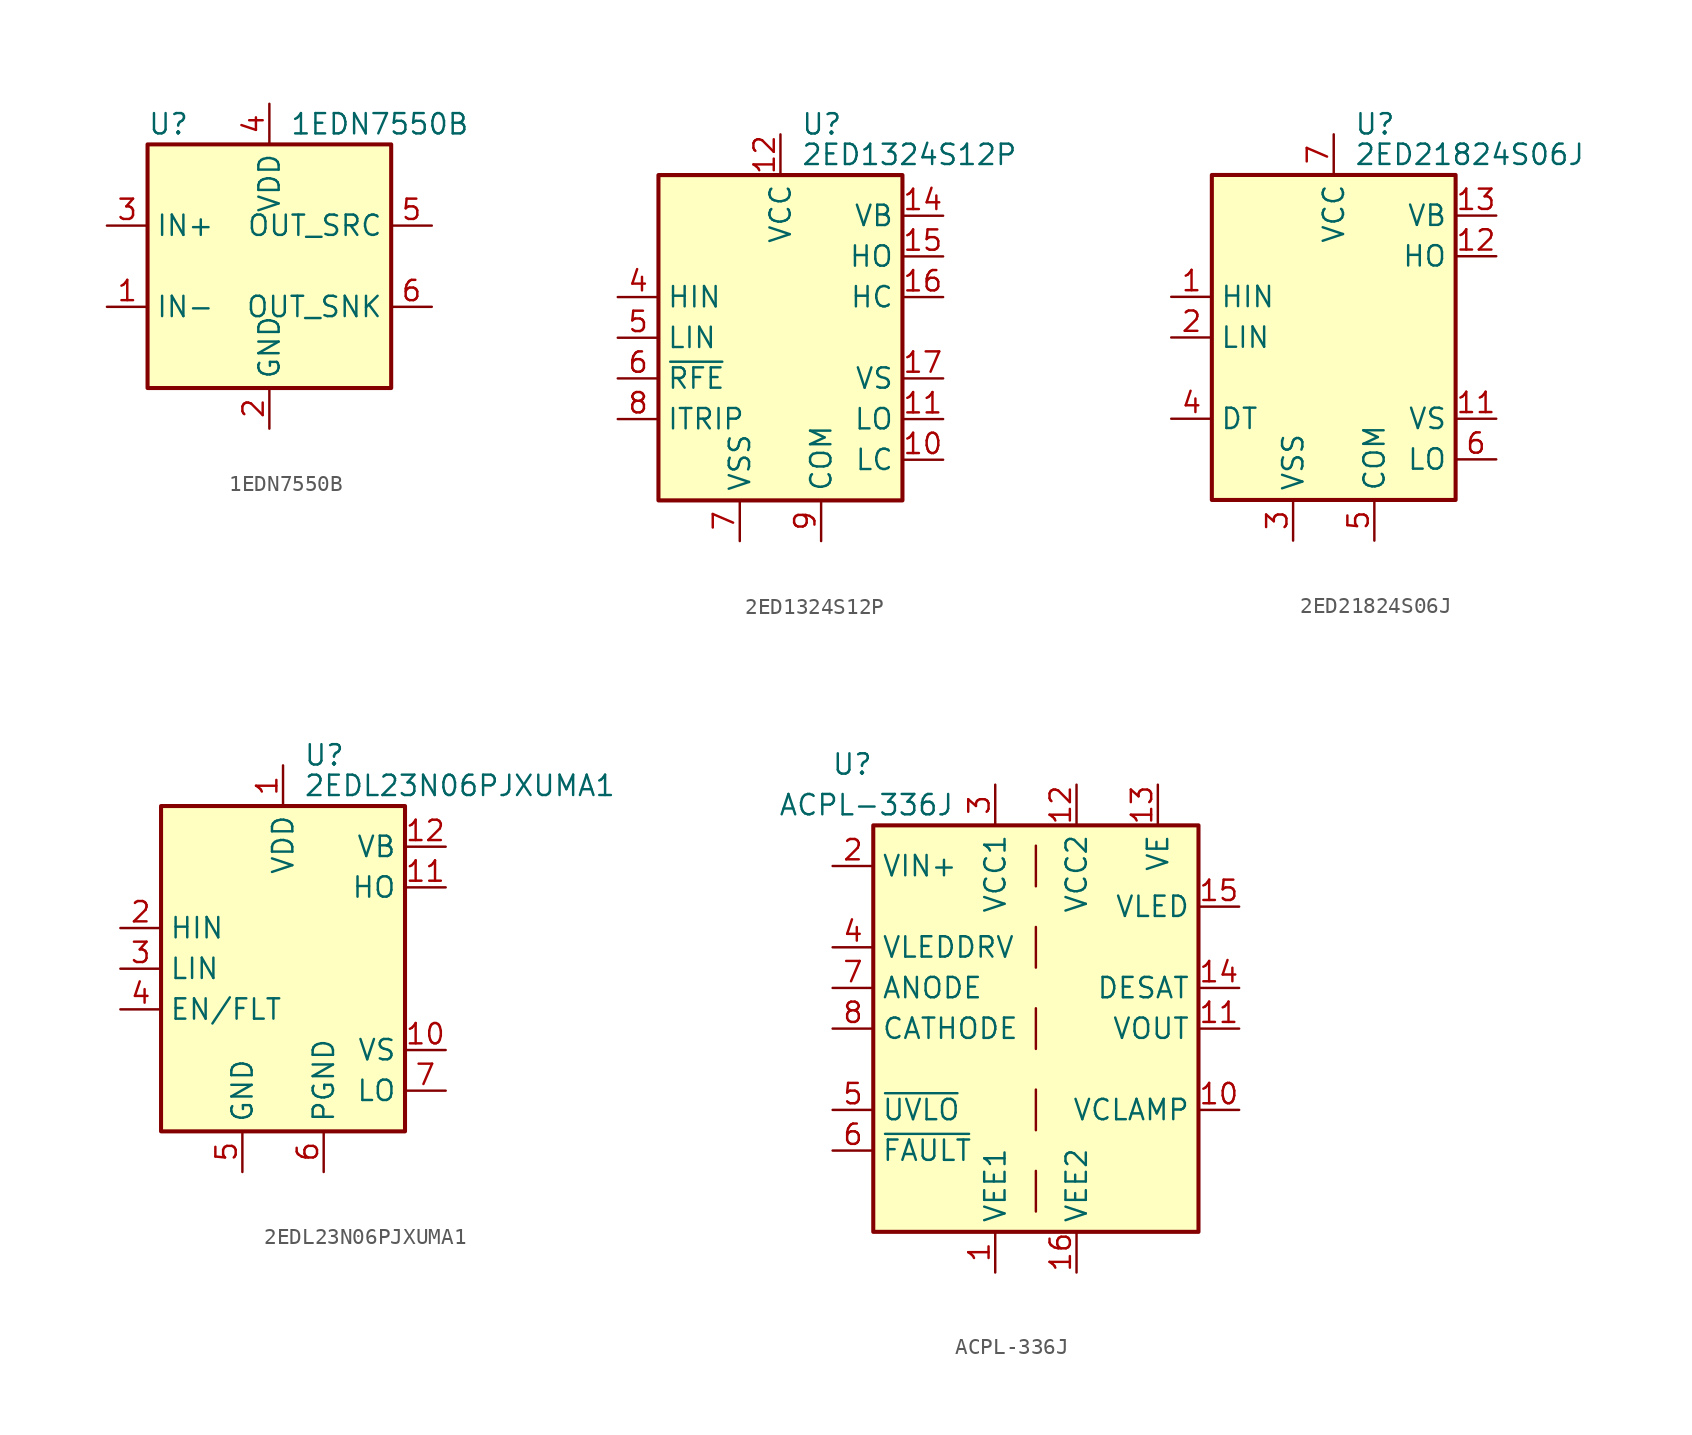
<source format=kicad_sym>
(kicad_symbol_lib
  (version 20241209)
  (generator "kicad_symbol_editor")
  (generator_version "9.0")
  (symbol "1EDN7550B"
    (property "Reference" "U"
      (at -7.62 8.89 0)
      (effects (font (size 1.27 1.27)) (justify left)))
    (property "Value" "1EDN7550B"
      (at 1.27 8.89 0)
      (effects (font (size 1.27 1.27)) (justify left)))
    (symbol "1EDN7550B_0_1"
      (rectangle (start -7.62 -7.62) (end 7.62 7.62) (stroke (width 0.254) (type default)) (fill (type background))))
    (symbol "1EDN7550B_1_1"
      (pin input line (at -10.16 2.54 0) (length 2.54) (name "IN+" (effects (font (size 1.27 1.27)))) (number "3" (effects (font (size 1.27 1.27)))))
      (pin input line (at -10.16 -2.54 0) (length 2.54) (name "IN-" (effects (font (size 1.27 1.27)))) (number "1" (effects (font (size 1.27 1.27)))))
      (pin power_in line (at 0 10.16 270) (length 2.54) (name "VDD" (effects (font (size 1.27 1.27)))) (number "4" (effects (font (size 1.27 1.27)))))
      (pin power_in line (at 0 -10.16 90) (length 2.54) (name "GND" (effects (font (size 1.27 1.27)))) (number "2" (effects (font (size 1.27 1.27)))))
      (pin output line (at 10.16 2.54 180) (length 2.54) (name "OUT_SRC" (effects (font (size 1.27 1.27)))) (number "5" (effects (font (size 1.27 1.27)))))
      (pin output line (at 10.16 -2.54 180) (length 2.54) (name "OUT_SNK" (effects (font (size 1.27 1.27)))) (number "6" (effects (font (size 1.27 1.27)))))))
  (symbol "2ED1324S12P"
    (property "Reference" "U"
      (at 1.27 13.335 0)
      (effects (font (size 1.27 1.27)) (justify left)))
    (property "Value" "2ED1324S12P"
      (at 1.27 11.43 0)
      (effects (font (size 1.27 1.27)) (justify left)))
    (symbol "2ED1324S12P_0_1"
      (rectangle (start -7.62 -10.16) (end 7.62 10.16) (stroke (width 0.254) (type default)) (fill (type background))))
    (symbol "2ED1324S12P_1_1"
      (pin input line (at -10.16 2.54 0) (length 2.54) (name "HIN" (effects (font (size 1.27 1.27)))) (number "4" (effects (font (size 1.27 1.27)))))
      (pin input line (at -10.16 0 0) (length 2.54) (name "LIN" (effects (font (size 1.27 1.27)))) (number "5" (effects (font (size 1.27 1.27)))))
      (pin open_collector line (at -10.16 -2.54 0) (length 2.54) (name "~{RFE}" (effects (font (size 1.27 1.27)))) (number "6" (effects (font (size 1.27 1.27)))))
      (pin passive line (at -10.16 -5.08 0) (length 2.54) (name "ITRIP" (effects (font (size 1.27 1.27)))) (number "8" (effects (font (size 1.27 1.27)))))
      (pin no_connect line (at -7.62 7.62 0) (length 2.54) (hide yes) (name "NC" (effects (font (size 1.27 1.27)))) (number "1" (effects (font (size 1.27 1.27)))))
      (pin no_connect line (at -7.62 5.08 0) (length 2.54) (hide yes) (name "NC" (effects (font (size 1.27 1.27)))) (number "2" (effects (font (size 1.27 1.27)))))
      (pin no_connect line (at -7.62 -7.62 0) (length 2.54) (hide yes) (name "NC" (effects (font (size 1.27 1.27)))) (number "3" (effects (font (size 1.27 1.27)))))
      (pin no_connect line (at -2.54 10.16 270) (length 2.54) (hide yes) (name "NC" (effects (font (size 1.27 1.27)))) (number "20" (effects (font (size 1.27 1.27)))))
      (pin power_in line (at -2.54 -12.7 90) (length 2.54) (name "VSS" (effects (font (size 1.27 1.27)))) (number "7" (effects (font (size 1.27 1.27)))))
      (pin power_in line (at 0 12.7 270) (length 2.54) (name "VCC" (effects (font (size 1.27 1.27)))) (number "12" (effects (font (size 1.27 1.27)))))
      (pin no_connect line (at 2.54 10.16 270) (length 2.54) (hide yes) (name "NC" (effects (font (size 1.27 1.27)))) (number "19" (effects (font (size 1.27 1.27)))))
      (pin power_in line (at 2.54 -12.7 90) (length 2.54) (name "COM" (effects (font (size 1.27 1.27)))) (number "9" (effects (font (size 1.27 1.27)))))
      (pin no_connect line (at 5.08 10.16 270) (length 2.54) (hide yes) (name "NC" (effects (font (size 1.27 1.27)))) (number "18" (effects (font (size 1.27 1.27)))))
      (pin no_connect line (at 7.62 0 180) (length 2.54) (hide yes) (name "NC" (effects (font (size 1.27 1.27)))) (number "13" (effects (font (size 1.27 1.27)))))
      (pin passive line (at 10.16 7.62 180) (length 2.54) (name "VB" (effects (font (size 1.27 1.27)))) (number "14" (effects (font (size 1.27 1.27)))))
      (pin output line (at 10.16 5.08 180) (length 2.54) (name "HO" (effects (font (size 1.27 1.27)))) (number "15" (effects (font (size 1.27 1.27)))))
      (pin passive line (at 10.16 2.54 180) (length 2.54) (name "HC" (effects (font (size 1.27 1.27)))) (number "16" (effects (font (size 1.27 1.27)))))
      (pin passive line (at 10.16 -2.54 180) (length 2.54) (name "VS" (effects (font (size 1.27 1.27)))) (number "17" (effects (font (size 1.27 1.27)))))
      (pin output line (at 10.16 -5.08 180) (length 2.54) (name "LO" (effects (font (size 1.27 1.27)))) (number "11" (effects (font (size 1.27 1.27)))))
      (pin passive line (at 10.16 -7.62 180) (length 2.54) (name "LC" (effects (font (size 1.27 1.27)))) (number "10" (effects (font (size 1.27 1.27)))))))
  (symbol "2ED21824S06J"
    (property "Reference" "U"
      (at 1.27 13.335 0)
      (effects (font (size 1.27 1.27)) (justify left)))
    (property "Value" "2ED21824S06J"
      (at 1.27 11.43 0)
      (effects (font (size 1.27 1.27)) (justify left)))
    (symbol "2ED21824S06J_0_1"
      (rectangle (start -7.62 -10.16) (end 7.62 10.16) (stroke (width 0.254) (type default)) (fill (type background))))
    (symbol "2ED21824S06J_1_1"
      (pin input line (at -10.16 2.54 0) (length 2.54) (name "HIN" (effects (font (size 1.27 1.27)))) (number "1" (effects (font (size 1.27 1.27)))))
      (pin input line (at -10.16 0 0) (length 2.54) (name "LIN" (effects (font (size 1.27 1.27)))) (number "2" (effects (font (size 1.27 1.27)))))
      (pin passive line (at -10.16 -5.08 0) (length 2.54) (name "DT" (effects (font (size 1.27 1.27)))) (number "4" (effects (font (size 1.27 1.27)))))
      (pin no_connect line (at -7.62 5.08 0) (length 2.54) (hide yes) (name "NC" (effects (font (size 1.27 1.27)))) (number "8" (effects (font (size 1.27 1.27)))))
      (pin no_connect line (at -7.62 -2.54 0) (length 2.54) (hide yes) (name "NC" (effects (font (size 1.27 1.27)))) (number "9" (effects (font (size 1.27 1.27)))))
      (pin power_in line (at -2.54 -12.7 90) (length 2.54) (name "VSS" (effects (font (size 1.27 1.27)))) (number "3" (effects (font (size 1.27 1.27)))))
      (pin power_in line (at 0 12.7 270) (length 2.54) (name "VCC" (effects (font (size 1.27 1.27)))) (number "7" (effects (font (size 1.27 1.27)))))
      (pin power_in line (at 2.54 -12.7 90) (length 2.54) (name "COM" (effects (font (size 1.27 1.27)))) (number "5" (effects (font (size 1.27 1.27)))))
      (pin no_connect line (at 7.62 2.54 180) (length 2.54) (hide yes) (name "NC" (effects (font (size 1.27 1.27)))) (number "14" (effects (font (size 1.27 1.27)))))
      (pin no_connect line (at 7.62 -2.54 180) (length 2.54) (hide yes) (name "NC" (effects (font (size 1.27 1.27)))) (number "10" (effects (font (size 1.27 1.27)))))
      (pin passive line (at 10.16 7.62 180) (length 2.54) (name "VB" (effects (font (size 1.27 1.27)))) (number "13" (effects (font (size 1.27 1.27)))))
      (pin output line (at 10.16 5.08 180) (length 2.54) (name "HO" (effects (font (size 1.27 1.27)))) (number "12" (effects (font (size 1.27 1.27)))))
      (pin passive line (at 10.16 -5.08 180) (length 2.54) (name "VS" (effects (font (size 1.27 1.27)))) (number "11" (effects (font (size 1.27 1.27)))))
      (pin output line (at 10.16 -7.62 180) (length 2.54) (name "LO" (effects (font (size 1.27 1.27)))) (number "6" (effects (font (size 1.27 1.27)))))))
  (symbol "2EDL23N06PJXUMA1"
    (property "Reference" "U"
      (at 1.27 13.335 0)
      (effects (font (size 1.27 1.27)) (justify left)))
    (property "Value" "2EDL23N06PJXUMA1"
      (at 1.27 11.43 0)
      (effects (font (size 1.27 1.27)) (justify left)))
    (symbol "2EDL23N06PJXUMA1_0_1"
      (rectangle (start -7.62 -10.16) (end 7.62 10.16) (stroke (width 0.254) (type default)) (fill (type background))))
    (symbol "2EDL23N06PJXUMA1_1_1"
      (pin input line (at -10.16 2.54 0) (length 2.54) (name "HIN" (effects (font (size 1.27 1.27)))) (number "2" (effects (font (size 1.27 1.27)))))
      (pin input line (at -10.16 0 0) (length 2.54) (name "LIN" (effects (font (size 1.27 1.27)))) (number "3" (effects (font (size 1.27 1.27)))))
      (pin open_collector line (at -10.16 -2.54 0) (length 2.54) (name "EN/FLT" (effects (font (size 1.27 1.27)))) (number "4" (effects (font (size 1.27 1.27)))))
      (pin no_connect line (at -7.62 5.08 0) (length 2.54) (hide yes) (name "NC" (effects (font (size 1.27 1.27)))) (number "8" (effects (font (size 1.27 1.27)))))
      (pin no_connect line (at -7.62 -5.08 0) (length 2.54) (hide yes) (name "NC" (effects (font (size 1.27 1.27)))) (number "9" (effects (font (size 1.27 1.27)))))
      (pin power_in line (at -2.54 -12.7 90) (length 2.54) (name "GND" (effects (font (size 1.27 1.27)))) (number "5" (effects (font (size 1.27 1.27)))))
      (pin power_in line (at 0 12.7 270) (length 2.54) (name "VDD" (effects (font (size 1.27 1.27)))) (number "1" (effects (font (size 1.27 1.27)))))
      (pin power_in line (at 2.54 -12.7 90) (length 2.54) (name "PGND" (effects (font (size 1.27 1.27)))) (number "6" (effects (font (size 1.27 1.27)))))
      (pin no_connect line (at 7.62 2.54 180) (length 2.54) (hide yes) (name "NC" (effects (font (size 1.27 1.27)))) (number "14" (effects (font (size 1.27 1.27)))))
      (pin no_connect line (at 7.62 0 180) (length 2.54) (hide yes) (name "NC" (effects (font (size 1.27 1.27)))) (number "13" (effects (font (size 1.27 1.27)))))
      (pin passive line (at 10.16 7.62 180) (length 2.54) (name "VB" (effects (font (size 1.27 1.27)))) (number "12" (effects (font (size 1.27 1.27)))))
      (pin output line (at 10.16 5.08 180) (length 2.54) (name "HO" (effects (font (size 1.27 1.27)))) (number "11" (effects (font (size 1.27 1.27)))))
      (pin passive line (at 10.16 -5.08 180) (length 2.54) (name "VS" (effects (font (size 1.27 1.27)))) (number "10" (effects (font (size 1.27 1.27)))))
      (pin output line (at 10.16 -7.62 180) (length 2.54) (name "LO" (effects (font (size 1.27 1.27)))) (number "7" (effects (font (size 1.27 1.27)))))))
  (symbol "ACPL-336J"
    (property "Reference" "U"
      (at -10.16 16.51 0)
      (effects (font (size 1.27 1.27)) (justify right)))
    (property "Value" "ACPL-336J"
      (at -5.08 13.97 0)
      (effects (font (size 1.27 1.27)) (justify right)))
    (symbol "ACPL-336J_0_1"
      (rectangle (start -10.16 12.7) (end 10.16 -12.7) (stroke (width 0.254) (type default)) (fill (type background)))
      (polyline (pts (xy 0 8.89) (xy 0 11.43)) (stroke (width 0) (type default)) (fill (type none)))
      (polyline (pts (xy 0 3.81) (xy 0 6.35)) (stroke (width 0) (type default)) (fill (type none)))
      (polyline (pts (xy 0 -1.27) (xy 0 1.27)) (stroke (width 0) (type default)) (fill (type none)))
      (polyline (pts (xy 0 -6.35) (xy 0 -3.81)) (stroke (width 0) (type default)) (fill (type none)))
      (polyline (pts (xy 0 -11.43) (xy 0 -8.89)) (stroke (width 0) (type default)) (fill (type none))))
    (symbol "ACPL-336J_1_1"
      (pin input line (at -12.7 10.16 0) (length 2.54) (name "VIN+" (effects (font (size 1.27 1.27)))) (number "2" (effects (font (size 1.27 1.27)))))
      (pin output line (at -12.7 5.08 0) (length 2.54) (name "VLEDDRV" (effects (font (size 1.27 1.27)))) (number "4" (effects (font (size 1.27 1.27)))))
      (pin passive line (at -12.7 2.54 0) (length 2.54) (name "ANODE" (effects (font (size 1.27 1.27)))) (number "7" (effects (font (size 1.27 1.27)))))
      (pin passive line (at -12.7 0 0) (length 2.54) (name "CATHODE" (effects (font (size 1.27 1.27)))) (number "8" (effects (font (size 1.27 1.27)))))
      (pin open_collector line (at -12.7 -5.08 0) (length 2.54) (name "~{UVLO}" (effects (font (size 1.27 1.27)))) (number "5" (effects (font (size 1.27 1.27)))))
      (pin open_collector line (at -12.7 -7.62 0) (length 2.54) (name "~{FAULT}" (effects (font (size 1.27 1.27)))) (number "6" (effects (font (size 1.27 1.27)))))
      (pin power_in line (at -2.54 15.24 270) (length 2.54) (name "VCC1" (effects (font (size 1.27 1.27)))) (number "3" (effects (font (size 1.27 1.27)))))
      (pin power_in line (at -2.54 -15.24 90) (length 2.54) (name "VEE1" (effects (font (size 1.27 1.27)))) (number "1" (effects (font (size 1.27 1.27)))))
      (pin power_in line (at 2.54 15.24 270) (length 2.54) (name "VCC2" (effects (font (size 1.27 1.27)))) (number "12" (effects (font (size 1.27 1.27)))))
      (pin power_in line (at 2.54 -15.24 90) (length 2.54) (name "VEE2" (effects (font (size 1.27 1.27)))) (number "16" (effects (font (size 1.27 1.27)))))
      (pin passive line (at 2.54 -15.24 90) (length 2.54) (hide yes) (name "VEE2" (effects (font (size 1.27 1.27)))) (number "9" (effects (font (size 1.27 1.27)))))
      (pin power_in line (at 7.62 15.24 270) (length 2.54) (name "VE" (effects (font (size 1.27 1.27)))) (number "13" (effects (font (size 1.27 1.27)))))
      (pin output line (at 12.7 7.62 180) (length 2.54) (name "VLED" (effects (font (size 1.27 1.27)))) (number "15" (effects (font (size 1.27 1.27)))))
      (pin bidirectional line (at 12.7 2.54 180) (length 2.54) (name "DESAT" (effects (font (size 1.27 1.27)))) (number "14" (effects (font (size 1.27 1.27)))))
      (pin output line (at 12.7 0 180) (length 2.54) (name "VOUT" (effects (font (size 1.27 1.27)))) (number "11" (effects (font (size 1.27 1.27)))))
      (pin bidirectional line (at 12.7 -5.08 180) (length 2.54) (name "VCLAMP" (effects (font (size 1.27 1.27)))) (number "10" (effects (font (size 1.27 1.27))))))))
</source>
